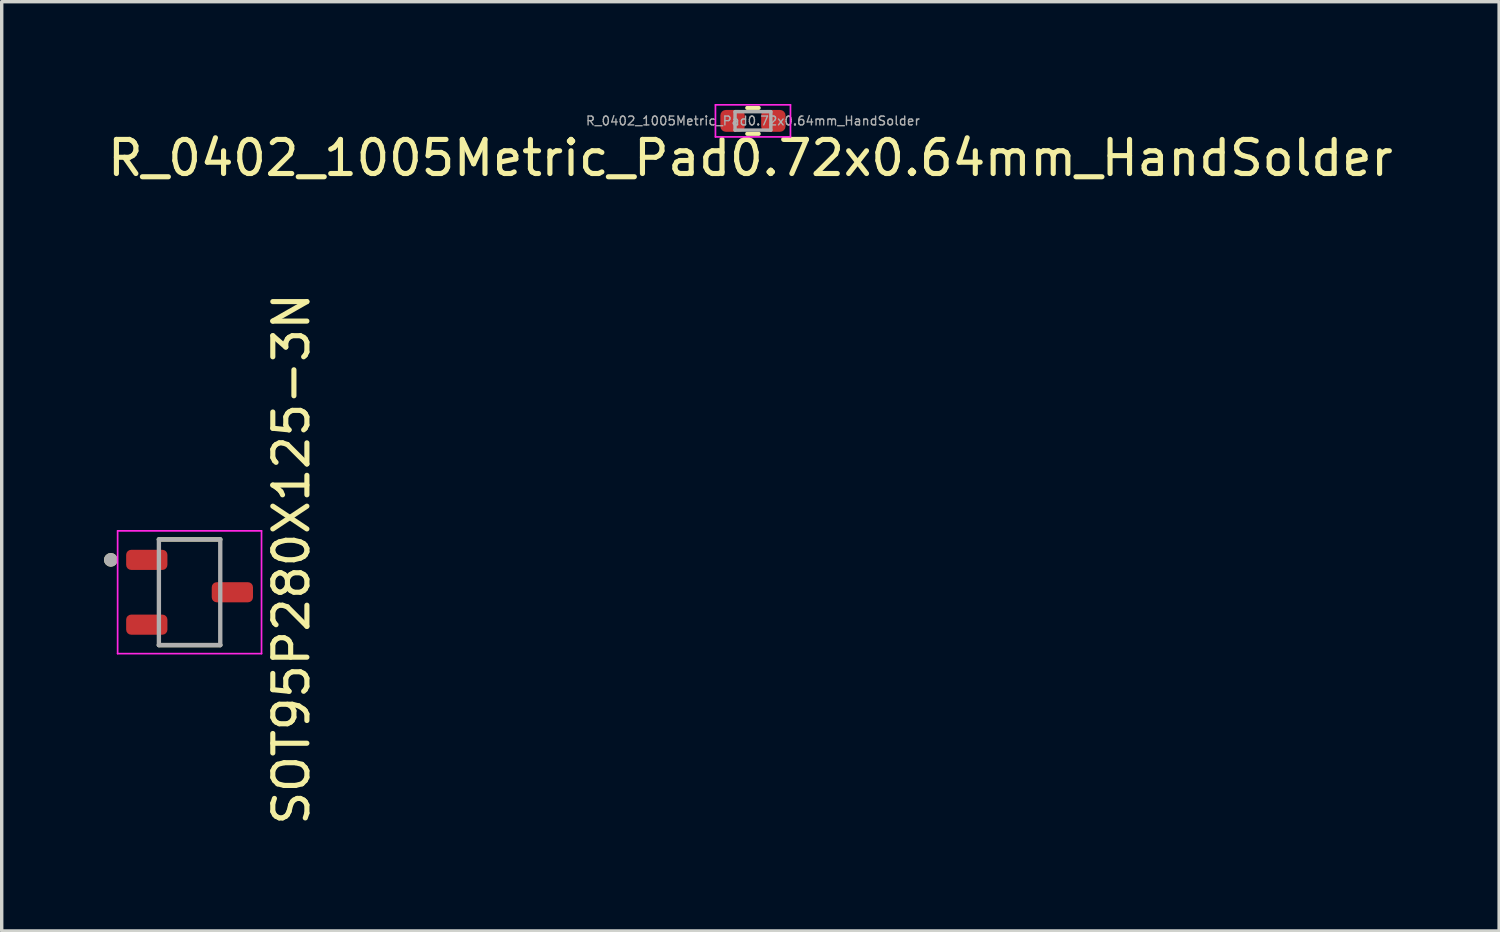
<source format=kicad_pcb>
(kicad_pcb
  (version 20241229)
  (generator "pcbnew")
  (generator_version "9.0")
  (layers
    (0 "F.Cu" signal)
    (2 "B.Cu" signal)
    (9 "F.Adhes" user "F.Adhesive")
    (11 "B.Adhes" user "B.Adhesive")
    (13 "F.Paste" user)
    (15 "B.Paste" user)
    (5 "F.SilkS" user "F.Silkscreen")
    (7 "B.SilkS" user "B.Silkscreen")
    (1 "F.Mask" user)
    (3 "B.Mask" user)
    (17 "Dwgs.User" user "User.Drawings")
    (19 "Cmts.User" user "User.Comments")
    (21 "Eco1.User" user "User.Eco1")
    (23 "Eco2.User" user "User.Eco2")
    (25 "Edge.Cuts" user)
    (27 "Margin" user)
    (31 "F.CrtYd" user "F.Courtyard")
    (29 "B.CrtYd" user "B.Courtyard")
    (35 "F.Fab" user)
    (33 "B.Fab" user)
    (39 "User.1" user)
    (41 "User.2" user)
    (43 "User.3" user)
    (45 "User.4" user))
  (footprint "R_0402_1005Metric_Pad0.72x0.64mm_HandSolder"
    (layer "F.Cu")
    (at 19.033 0.495)
    (property "Reference" "R_0402_1005Metric_Pad0.72x0.64mm_HandSolder" (at -0.074 1.089 0) (layer "F.SilkS") (effects (font (size 1 1) (thickness 0.15))))
    (attr smd)
    (fp_line (start -0.168 -0.38) (end 0.168 -0.38) (stroke (width 0.12) (type solid)) (layer "F.SilkS"))
    (fp_line (start -0.168 0.38) (end 0.168 0.38) (stroke (width 0.12) (type solid)) (layer "F.SilkS"))
    (fp_line (start -1.1 -0.47) (end 1.1 -0.47) (stroke (width 0.05) (type solid)) (layer "F.CrtYd"))
    (fp_line (start -1.1 0.47) (end -1.1 -0.47) (stroke (width 0.05) (type solid)) (layer "F.CrtYd"))
    (fp_line (start 1.1 -0.47) (end 1.1 0.47) (stroke (width 0.05) (type solid)) (layer "F.CrtYd"))
    (fp_line (start 1.1 0.47) (end -1.1 0.47) (stroke (width 0.05) (type solid)) (layer "F.CrtYd"))
    (fp_line (start -0.525 -0.27) (end 0.525 -0.27) (stroke (width 0.1) (type solid)) (layer "F.Fab"))
    (fp_line (start -0.525 0.27) (end -0.525 -0.27) (stroke (width 0.1) (type solid)) (layer "F.Fab"))
    (fp_line (start 0.525 -0.27) (end 0.525 0.27) (stroke (width 0.1) (type solid)) (layer "F.Fab"))
    (fp_line (start 0.525 0.27) (end -0.525 0.27) (stroke (width 0.1) (type solid)) (layer "F.Fab"))
    (fp_text user "${REFERENCE}" (at 0 0 0) (layer "F.Fab") (effects (font (size 0.26 0.26) (thickness 0.04))))
    (pad "1" smd roundrect (at -0.598 0 180) (size 0.715 0.64) (layers "F.Cu" "F.Mask" "F.Paste") (roundrect_rratio 0.25))
    (pad "2" smd roundrect (at 0.598 0 180) (size 0.715 0.64) (layers "F.Cu" "F.Mask" "F.Paste") (roundrect_rratio 0.25)))
  (footprint "SOT95P280X125-3N"
    (layer "F.Cu")
    (at 2.51 14.32)
    (property "Reference" "SOT95P280X125-3N" (at 2.986 -0.977 90) (layer "F.SilkS") (effects (font (size 1 1) (thickness 0.15))))
    (attr smd)
    (fp_line (start -0.9 1.55) (end 0.9 1.55) (stroke (width 0.127) (type solid)) (layer "F.SilkS"))
    (fp_line (start 0.9 -1.55) (end -0.9 -1.55) (stroke (width 0.127) (type solid)) (layer "F.SilkS"))
    (fp_circle (center -2.31 -0.95) (end -2.21 -0.95) (stroke (width 0.2) (type solid)) (fill no) (layer "F.SilkS"))
    (fp_line (start -2.11 -1.8) (end 2.11 -1.8) (stroke (width 0.05) (type solid)) (layer "F.CrtYd"))
    (fp_line (start -2.11 1.8) (end -2.11 -1.8) (stroke (width 0.05) (type solid)) (layer "F.CrtYd"))
    (fp_line (start 2.11 -1.8) (end 2.11 1.8) (stroke (width 0.05) (type solid)) (layer "F.CrtYd"))
    (fp_line (start 2.11 1.8) (end -2.11 1.8) (stroke (width 0.05) (type solid)) (layer "F.CrtYd"))
    (fp_line (start -0.9 -1.55) (end -0.9 1.55) (stroke (width 0.127) (type solid)) (layer "F.Fab"))
    (fp_line (start -0.9 1.55) (end 0.9 1.55) (stroke (width 0.127) (type solid)) (layer "F.Fab"))
    (fp_line (start 0.9 -1.55) (end -0.9 -1.55) (stroke (width 0.127) (type solid)) (layer "F.Fab"))
    (fp_line (start 0.9 1.55) (end 0.9 -1.55) (stroke (width 0.127) (type solid)) (layer "F.Fab"))
    (fp_circle (center -2.31 -0.95) (end -2.21 -0.95) (stroke (width 0.2) (type solid)) (fill no) (layer "F.Fab"))
    (pad "1" smd roundrect (at -1.255 -0.95 180) (size 1.21 0.59) (layers "F.Cu" "F.Mask" "F.Paste") (roundrect_rratio 0.25))
    (pad "2" smd roundrect (at -1.255 0.95 180) (size 1.21 0.59) (layers "F.Cu" "F.Mask" "F.Paste") (roundrect_rratio 0.25))
    (pad "3" smd roundrect (at 1.255 0 180) (size 1.21 0.59) (layers "F.Cu" "F.Mask" "F.Paste") (roundrect_rratio 0.25)))
  (gr_rect
    (start -3 -3)
    (end 40.917 24.254)
    (stroke (width 0.1) (type default))
    (fill no)
    (layer "Edge.Cuts")))
</source>
